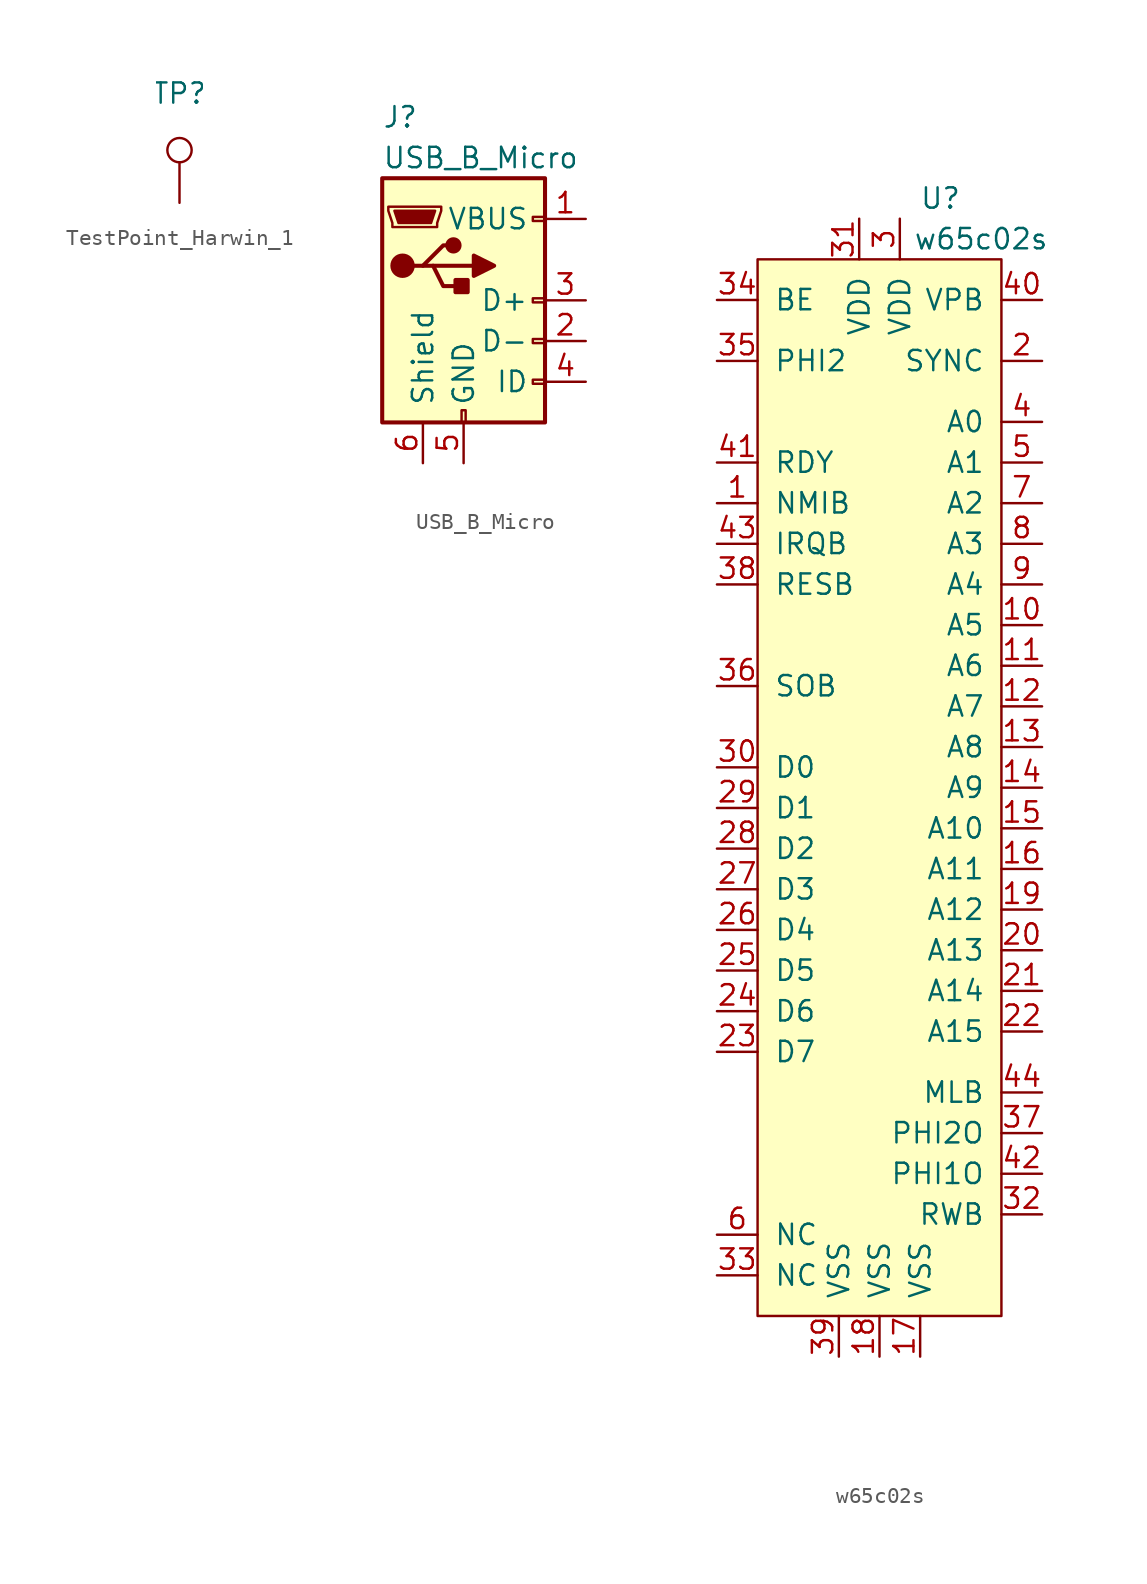
<source format=kicad_sym>
(kicad_symbol_lib
  (version 20220914)
  (generator kicad_symbol_editor)
  (symbol "TestPoint_Harwin_1"
    (pin_numbers hide)
    (pin_names
      (offset 0.762) hide)
    (property "Reference" "TP"
      (at 0 6.858 0)
      (effects (font (size 1.27 1.27))))
    (symbol "TestPoint_Harwin_1_0_1"
      (circle (center 0 3.302) (radius 0.762) (stroke (width 0) (type default)) (fill (type none))))
    (symbol "TestPoint_Harwin_1_1_1"
      (pin passive line (at 0 0 90) (length 2.54) (name "1" (effects (font (size 1.27 1.27)))) (number "1" (effects (font (size 1.27 1.27)))))))
  (symbol "USB_B_Micro"
    (pin_names
      (offset 1.016))
    (property "Reference" "J"
      (at -5.08 11.43 0)
      (effects (font (size 1.27 1.27)) (justify left)))
    (property "Value" "USB_B_Micro"
      (at -5.08 8.89 0)
      (effects (font (size 1.27 1.27)) (justify left)))
    (symbol "USB_B_Micro_0_1"
      (rectangle (start -5.08 -7.62) (end 5.08 7.62) (stroke (width 0.254) (type default)) (fill (type background)))
      (circle (center -3.81 2.159) (radius 0.635) (stroke (width 0.254) (type default)) (fill (type outline)))
      (circle (center -0.635 3.429) (radius 0.381) (stroke (width 0.254) (type default)) (fill (type outline)))
      (rectangle (start -0.127 -7.62) (end 0.127 -6.858) (stroke (width 0) (type default)) (fill (type none)))
      (polyline (pts (xy -1.905 2.159) (xy 0.635 2.159)) (stroke (width 0.254) (type default)) (fill (type none)))
      (polyline (pts (xy -3.175 2.159) (xy -2.54 2.159) (xy -1.27 3.429) (xy -0.635 3.429)) (stroke (width 0.254) (type default)) (fill (type none)))
      (polyline (pts (xy -2.54 2.159) (xy -1.905 2.159) (xy -1.27 0.889) (xy 0 0.889)) (stroke (width 0.254) (type default)) (fill (type none)))
      (polyline (pts (xy 0.635 2.794) (xy 0.635 1.524) (xy 1.905 2.159) (xy 0.635 2.794)) (stroke (width 0.254) (type default)) (fill (type outline)))
      (polyline (pts (xy -4.318 5.588) (xy -1.778 5.588) (xy -2.032 4.826) (xy -4.064 4.826) (xy -4.318 5.588)) (stroke (width 0) (type default)) (fill (type outline)))
      (polyline (pts (xy -4.699 5.842) (xy -4.699 5.588) (xy -4.445 4.826) (xy -4.445 4.572) (xy -1.651 4.572) (xy -1.651 4.826) (xy -1.397 5.588) (xy -1.397 5.842) (xy -4.699 5.842)) (stroke (width 0) (type default)) (fill (type none)))
      (rectangle (start 0.254 1.27) (end -0.508 0.508) (stroke (width 0.254) (type default)) (fill (type outline)))
      (rectangle (start 5.08 -5.207) (end 4.318 -4.953) (stroke (width 0) (type default)) (fill (type none)))
      (rectangle (start 5.08 -2.667) (end 4.318 -2.413) (stroke (width 0) (type default)) (fill (type none)))
      (rectangle (start 5.08 -0.127) (end 4.318 0.127) (stroke (width 0) (type default)) (fill (type none)))
      (rectangle (start 5.08 4.953) (end 4.318 5.207) (stroke (width 0) (type default)) (fill (type none))))
    (symbol "USB_B_Micro_1_1"
      (pin power_out line (at 7.62 5.08 180) (length 2.54) (name "VBUS" (effects (font (size 1.27 1.27)))) (number "1" (effects (font (size 1.27 1.27)))))
      (pin bidirectional line (at 7.62 -2.54 180) (length 2.54) (name "D-" (effects (font (size 1.27 1.27)))) (number "2" (effects (font (size 1.27 1.27)))))
      (pin bidirectional line (at 7.62 0 180) (length 2.54) (name "D+" (effects (font (size 1.27 1.27)))) (number "3" (effects (font (size 1.27 1.27)))))
      (pin passive line (at 7.62 -5.08 180) (length 2.54) (name "ID" (effects (font (size 1.27 1.27)))) (number "4" (effects (font (size 1.27 1.27)))))
      (pin power_in line (at 0 -10.16 90) (length 2.54) (name "GND" (effects (font (size 1.27 1.27)))) (number "5" (effects (font (size 1.27 1.27)))))
      (pin passive line (at -2.54 -10.16 90) (length 2.54) (name "Shield" (effects (font (size 1.27 1.27)))) (number "6" (effects (font (size 1.27 1.27)))))))
  (symbol "w65c02s"
    (pin_names
      (offset 1.016))
    (property "Reference" "U"
      (at 3.81 36.83 0)
      (effects (font (size 1.27 1.27))))
    (property "Value" "w65c02s"
      (at 6.35 34.29 0)
      (effects (font (size 1.27 1.27))))
    (symbol "w65c02s_0_1"
      (rectangle (start -7.62 33.02) (end 7.62 -33.02) (stroke (width 0) (type default)) (fill (type background))))
    (symbol "w65c02s_1_1"
      (pin input line (at -10.16 17.78 0) (length 2.54) (name "NMIB" (effects (font (size 1.27 1.27)))) (number "1" (effects (font (size 1.27 1.27)))))
      (pin output line (at 10.16 10.16 180) (length 2.54) (name "A5" (effects (font (size 1.27 1.27)))) (number "10" (effects (font (size 1.27 1.27)))))
      (pin output line (at 10.16 7.62 180) (length 2.54) (name "A6" (effects (font (size 1.27 1.27)))) (number "11" (effects (font (size 1.27 1.27)))))
      (pin output line (at 10.16 5.08 180) (length 2.54) (name "A7" (effects (font (size 1.27 1.27)))) (number "12" (effects (font (size 1.27 1.27)))))
      (pin output line (at 10.16 2.54 180) (length 2.54) (name "A8" (effects (font (size 1.27 1.27)))) (number "13" (effects (font (size 1.27 1.27)))))
      (pin output line (at 10.16 0 180) (length 2.54) (name "A9" (effects (font (size 1.27 1.27)))) (number "14" (effects (font (size 1.27 1.27)))))
      (pin output line (at 10.16 -2.54 180) (length 2.54) (name "A10" (effects (font (size 1.27 1.27)))) (number "15" (effects (font (size 1.27 1.27)))))
      (pin output line (at 10.16 -5.08 180) (length 2.54) (name "A11" (effects (font (size 1.27 1.27)))) (number "16" (effects (font (size 1.27 1.27)))))
      (pin power_in line (at 2.54 -35.56 90) (length 2.54) (name "VSS" (effects (font (size 1.27 1.27)))) (number "17" (effects (font (size 1.27 1.27)))))
      (pin power_in line (at 0 -35.56 90) (length 2.54) (name "VSS" (effects (font (size 1.27 1.27)))) (number "18" (effects (font (size 1.27 1.27)))))
      (pin output line (at 10.16 -7.62 180) (length 2.54) (name "A12" (effects (font (size 1.27 1.27)))) (number "19" (effects (font (size 1.27 1.27)))))
      (pin output line (at 10.16 26.67 180) (length 2.54) (name "SYNC" (effects (font (size 1.27 1.27)))) (number "2" (effects (font (size 1.27 1.27)))))
      (pin output line (at 10.16 -10.16 180) (length 2.54) (name "A13" (effects (font (size 1.27 1.27)))) (number "20" (effects (font (size 1.27 1.27)))))
      (pin output line (at 10.16 -12.7 180) (length 2.54) (name "A14" (effects (font (size 1.27 1.27)))) (number "21" (effects (font (size 1.27 1.27)))))
      (pin output line (at 10.16 -15.24 180) (length 2.54) (name "A15" (effects (font (size 1.27 1.27)))) (number "22" (effects (font (size 1.27 1.27)))))
      (pin bidirectional line (at -10.16 -16.51 0) (length 2.54) (name "D7" (effects (font (size 1.27 1.27)))) (number "23" (effects (font (size 1.27 1.27)))))
      (pin bidirectional line (at -10.16 -13.97 0) (length 2.54) (name "D6" (effects (font (size 1.27 1.27)))) (number "24" (effects (font (size 1.27 1.27)))))
      (pin bidirectional line (at -10.16 -11.43 0) (length 2.54) (name "D5" (effects (font (size 1.27 1.27)))) (number "25" (effects (font (size 1.27 1.27)))))
      (pin bidirectional line (at -10.16 -8.89 0) (length 2.54) (name "D4" (effects (font (size 1.27 1.27)))) (number "26" (effects (font (size 1.27 1.27)))))
      (pin bidirectional line (at -10.16 -6.35 0) (length 2.54) (name "D3" (effects (font (size 1.27 1.27)))) (number "27" (effects (font (size 1.27 1.27)))))
      (pin bidirectional line (at -10.16 -3.81 0) (length 2.54) (name "D2" (effects (font (size 1.27 1.27)))) (number "28" (effects (font (size 1.27 1.27)))))
      (pin bidirectional line (at -10.16 -1.27 0) (length 2.54) (name "D1" (effects (font (size 1.27 1.27)))) (number "29" (effects (font (size 1.27 1.27)))))
      (pin power_in line (at 1.27 35.56 270) (length 2.54) (name "VDD" (effects (font (size 1.27 1.27)))) (number "3" (effects (font (size 1.27 1.27)))))
      (pin bidirectional line (at -10.16 1.27 0) (length 2.54) (name "D0" (effects (font (size 1.27 1.27)))) (number "30" (effects (font (size 1.27 1.27)))))
      (pin power_in line (at -1.27 35.56 270) (length 2.54) (name "VDD" (effects (font (size 1.27 1.27)))) (number "31" (effects (font (size 1.27 1.27)))))
      (pin output line (at 10.16 -26.67 180) (length 2.54) (name "RWB" (effects (font (size 1.27 1.27)))) (number "32" (effects (font (size 1.27 1.27)))))
      (pin input line (at -10.16 -30.48 0) (length 2.54) (name "NC" (effects (font (size 1.27 1.27)))) (number "33" (effects (font (size 1.27 1.27)))))
      (pin input line (at -10.16 30.48 0) (length 2.54) (name "BE" (effects (font (size 1.27 1.27)))) (number "34" (effects (font (size 1.27 1.27)))))
      (pin input line (at -10.16 26.67 0) (length 2.54) (name "PHI2" (effects (font (size 1.27 1.27)))) (number "35" (effects (font (size 1.27 1.27)))))
      (pin input line (at -10.16 6.35 0) (length 2.54) (name "SOB" (effects (font (size 1.27 1.27)))) (number "36" (effects (font (size 1.27 1.27)))))
      (pin output line (at 10.16 -21.59 180) (length 2.54) (name "PHI2O" (effects (font (size 1.27 1.27)))) (number "37" (effects (font (size 1.27 1.27)))))
      (pin input line (at -10.16 12.7 0) (length 2.54) (name "RESB" (effects (font (size 1.27 1.27)))) (number "38" (effects (font (size 1.27 1.27)))))
      (pin power_in line (at -2.54 -35.56 90) (length 2.54) (name "VSS" (effects (font (size 1.27 1.27)))) (number "39" (effects (font (size 1.27 1.27)))))
      (pin output line (at 10.16 22.86 180) (length 2.54) (name "A0" (effects (font (size 1.27 1.27)))) (number "4" (effects (font (size 1.27 1.27)))))
      (pin output line (at 10.16 30.48 180) (length 2.54) (name "VPB" (effects (font (size 1.27 1.27)))) (number "40" (effects (font (size 1.27 1.27)))))
      (pin input line (at -10.16 20.32 0) (length 2.54) (name "RDY" (effects (font (size 1.27 1.27)))) (number "41" (effects (font (size 1.27 1.27)))))
      (pin output line (at 10.16 -24.13 180) (length 2.54) (name "PHI1O" (effects (font (size 1.27 1.27)))) (number "42" (effects (font (size 1.27 1.27)))))
      (pin input line (at -10.16 15.24 0) (length 2.54) (name "IRQB" (effects (font (size 1.27 1.27)))) (number "43" (effects (font (size 1.27 1.27)))))
      (pin output line (at 10.16 -19.05 180) (length 2.54) (name "MLB" (effects (font (size 1.27 1.27)))) (number "44" (effects (font (size 1.27 1.27)))))
      (pin output line (at 10.16 20.32 180) (length 2.54) (name "A1" (effects (font (size 1.27 1.27)))) (number "5" (effects (font (size 1.27 1.27)))))
      (pin input line (at -10.16 -27.94 0) (length 2.54) (name "NC" (effects (font (size 1.27 1.27)))) (number "6" (effects (font (size 1.27 1.27)))))
      (pin output line (at 10.16 17.78 180) (length 2.54) (name "A2" (effects (font (size 1.27 1.27)))) (number "7" (effects (font (size 1.27 1.27)))))
      (pin output line (at 10.16 15.24 180) (length 2.54) (name "A3" (effects (font (size 1.27 1.27)))) (number "8" (effects (font (size 1.27 1.27)))))
      (pin output line (at 10.16 12.7 180) (length 2.54) (name "A4" (effects (font (size 1.27 1.27)))) (number "9" (effects (font (size 1.27 1.27))))))))
</source>
